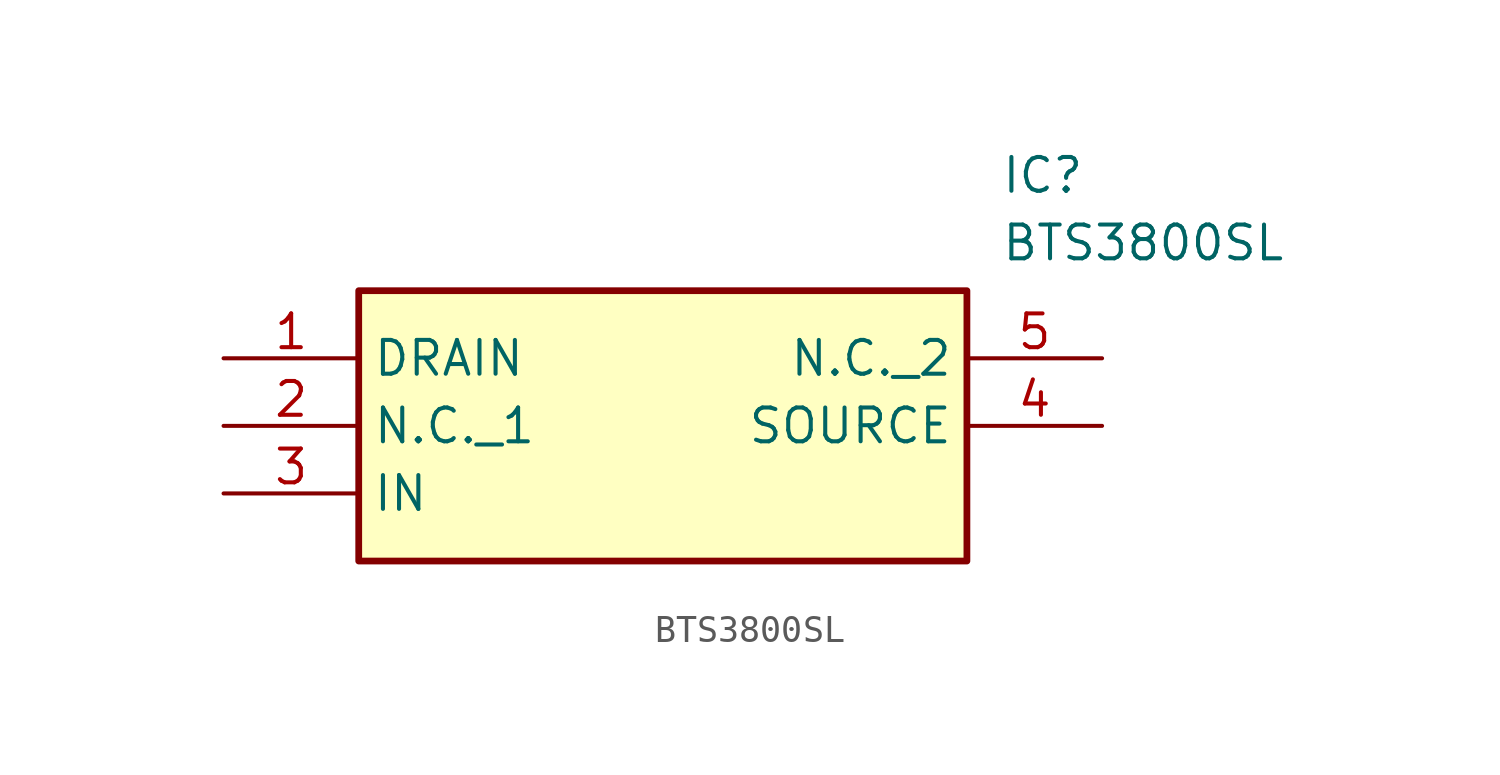
<source format=kicad_sym>
(kicad_symbol_lib
  (version 20211014)
  (generator SamacSys_ECAD_Model)
  (symbol "BTS3800SL"
    (property "Reference" "IC"
      (at 29.21 7.62 0)
      (effects (font (size 1.27 1.27)) (justify left top)))
    (property "Value" "BTS3800SL"
      (at 29.21 5.08 0)
      (effects (font (size 1.27 1.27)) (justify left top)))
    (rectangle
      (start 5.08 2.54)
      (end 27.94 -7.62)
      (stroke (width 0.254) (type default))
      (fill (type background)))
    (pin passive line
      (at 0 0 0)
      (length 5.08)
      (name "DRAIN" (effects (font (size 1.27 1.27))))
      (number "1" (effects (font (size 1.27 1.27)))))
    (pin passive line
      (at 0 -2.54 0)
      (length 5.08)
      (name "N.C._1" (effects (font (size 1.27 1.27))))
      (number "2" (effects (font (size 1.27 1.27)))))
    (pin passive line
      (at 0 -5.08 0)
      (length 5.08)
      (name "IN" (effects (font (size 1.27 1.27))))
      (number "3" (effects (font (size 1.27 1.27)))))
    (pin passive line
      (at 33.02 -2.54 180)
      (length 5.08)
      (name "SOURCE" (effects (font (size 1.27 1.27))))
      (number "4" (effects (font (size 1.27 1.27)))))
    (pin passive line
      (at 33.02 0 180)
      (length 5.08)
      (name "N.C._2" (effects (font (size 1.27 1.27))))
      (number "5" (effects (font (size 1.27 1.27)))))))
</source>
